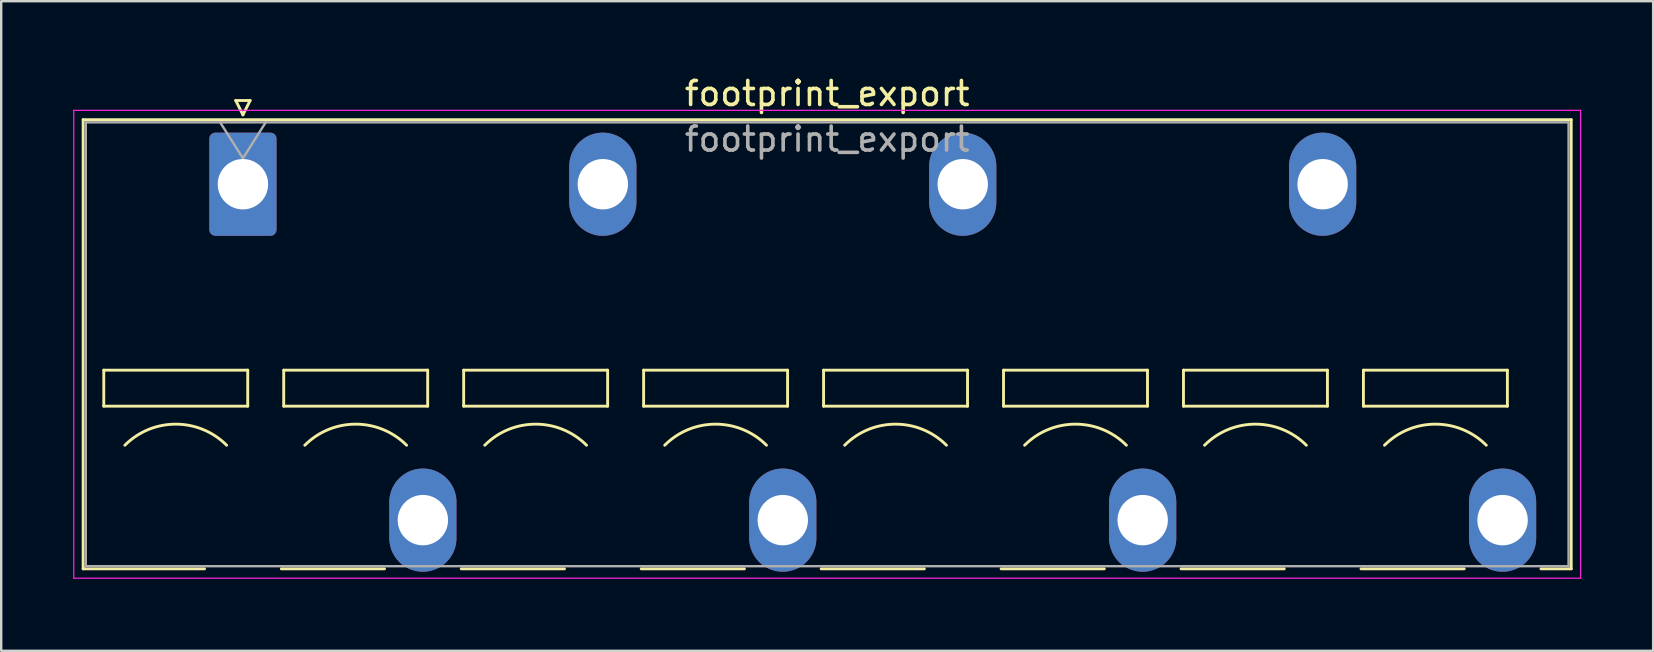
<source format=kicad_pcb>
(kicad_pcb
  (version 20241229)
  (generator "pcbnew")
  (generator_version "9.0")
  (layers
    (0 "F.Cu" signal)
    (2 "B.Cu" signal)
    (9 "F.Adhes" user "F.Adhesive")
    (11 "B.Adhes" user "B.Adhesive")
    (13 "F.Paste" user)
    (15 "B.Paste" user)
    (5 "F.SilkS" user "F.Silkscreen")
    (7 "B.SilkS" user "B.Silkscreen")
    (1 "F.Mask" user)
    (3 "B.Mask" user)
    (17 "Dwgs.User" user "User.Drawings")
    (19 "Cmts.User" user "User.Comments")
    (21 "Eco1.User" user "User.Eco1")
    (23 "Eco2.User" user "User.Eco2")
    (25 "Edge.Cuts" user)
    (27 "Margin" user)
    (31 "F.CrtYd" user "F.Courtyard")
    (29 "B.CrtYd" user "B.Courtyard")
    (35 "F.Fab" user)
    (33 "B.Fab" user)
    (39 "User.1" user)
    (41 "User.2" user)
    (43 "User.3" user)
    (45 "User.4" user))
  (footprint "footprint_export"
    (layer "F.Cu")
    (at 7.075 4.628)
    (property "Reference" "footprint_export" (at 24.35 -3.78 0) (layer "F.SilkS") (effects (font (size 1 1) (thickness 0.15))))
    (attr through_hole)
    (fp_line (start -6.66 -2.69) (end 55.36 -2.69) (stroke (width 0.12) (type solid)) (layer "F.SilkS"))
    (fp_line (start -6.66 16.03) (end -6.66 -2.69) (stroke (width 0.12) (type solid)) (layer "F.SilkS"))
    (fp_line (start -6.66 16.03) (end -1.6 16.03) (stroke (width 0.12) (type solid)) (layer "F.SilkS"))
    (fp_line (start -5.8 7.75) (end -5.8 9.25) (stroke (width 0.12) (type solid)) (layer "F.SilkS"))
    (fp_line (start -5.8 9.25) (end 0.2 9.25) (stroke (width 0.12) (type solid)) (layer "F.SilkS"))
    (fp_line (start -0.3 -3.49) (end 0 -2.89) (stroke (width 0.12) (type solid)) (layer "F.SilkS"))
    (fp_line (start -0.3 -3.49) (end 0.3 -3.49) (stroke (width 0.12) (type solid)) (layer "F.SilkS"))
    (fp_line (start 0.2 7.75) (end -5.8 7.75) (stroke (width 0.12) (type solid)) (layer "F.SilkS"))
    (fp_line (start 0.2 9.25) (end 0.2 7.75) (stroke (width 0.12) (type solid)) (layer "F.SilkS"))
    (fp_line (start 0.3 -3.49) (end 0 -2.89) (stroke (width 0.12) (type solid)) (layer "F.SilkS"))
    (fp_line (start 1.6 16.03) (end 5.9 16.03) (stroke (width 0.12) (type solid)) (layer "F.SilkS"))
    (fp_line (start 1.7 7.75) (end 1.7 9.25) (stroke (width 0.12) (type solid)) (layer "F.SilkS"))
    (fp_line (start 1.7 9.25) (end 7.7 9.25) (stroke (width 0.12) (type solid)) (layer "F.SilkS"))
    (fp_line (start 7.7 7.75) (end 1.7 7.75) (stroke (width 0.12) (type solid)) (layer "F.SilkS"))
    (fp_line (start 7.7 9.25) (end 7.7 7.75) (stroke (width 0.12) (type solid)) (layer "F.SilkS"))
    (fp_line (start 9.1 16.03) (end 13.4 16.03) (stroke (width 0.12) (type solid)) (layer "F.SilkS"))
    (fp_line (start 9.2 7.75) (end 9.2 9.25) (stroke (width 0.12) (type solid)) (layer "F.SilkS"))
    (fp_line (start 9.2 9.25) (end 15.2 9.25) (stroke (width 0.12) (type solid)) (layer "F.SilkS"))
    (fp_line (start 15.2 7.75) (end 9.2 7.75) (stroke (width 0.12) (type solid)) (layer "F.SilkS"))
    (fp_line (start 15.2 9.25) (end 15.2 7.75) (stroke (width 0.12) (type solid)) (layer "F.SilkS"))
    (fp_line (start 16.6 16.03) (end 20.9 16.03) (stroke (width 0.12) (type solid)) (layer "F.SilkS"))
    (fp_line (start 16.7 7.75) (end 16.7 9.25) (stroke (width 0.12) (type solid)) (layer "F.SilkS"))
    (fp_line (start 16.7 9.25) (end 22.7 9.25) (stroke (width 0.12) (type solid)) (layer "F.SilkS"))
    (fp_line (start 22.7 7.75) (end 16.7 7.75) (stroke (width 0.12) (type solid)) (layer "F.SilkS"))
    (fp_line (start 22.7 9.25) (end 22.7 7.75) (stroke (width 0.12) (type solid)) (layer "F.SilkS"))
    (fp_line (start 24.1 16.03) (end 28.4 16.03) (stroke (width 0.12) (type solid)) (layer "F.SilkS"))
    (fp_line (start 24.2 7.75) (end 24.2 9.25) (stroke (width 0.12) (type solid)) (layer "F.SilkS"))
    (fp_line (start 24.2 9.25) (end 30.2 9.25) (stroke (width 0.12) (type solid)) (layer "F.SilkS"))
    (fp_line (start 30.2 7.75) (end 24.2 7.75) (stroke (width 0.12) (type solid)) (layer "F.SilkS"))
    (fp_line (start 30.2 9.25) (end 30.2 7.75) (stroke (width 0.12) (type solid)) (layer "F.SilkS"))
    (fp_line (start 31.6 16.03) (end 35.9 16.03) (stroke (width 0.12) (type solid)) (layer "F.SilkS"))
    (fp_line (start 31.7 7.75) (end 31.7 9.25) (stroke (width 0.12) (type solid)) (layer "F.SilkS"))
    (fp_line (start 31.7 9.25) (end 37.7 9.25) (stroke (width 0.12) (type solid)) (layer "F.SilkS"))
    (fp_line (start 37.7 7.75) (end 31.7 7.75) (stroke (width 0.12) (type solid)) (layer "F.SilkS"))
    (fp_line (start 37.7 9.25) (end 37.7 7.75) (stroke (width 0.12) (type solid)) (layer "F.SilkS"))
    (fp_line (start 39.1 16.03) (end 43.4 16.03) (stroke (width 0.12) (type solid)) (layer "F.SilkS"))
    (fp_line (start 39.2 7.75) (end 39.2 9.25) (stroke (width 0.12) (type solid)) (layer "F.SilkS"))
    (fp_line (start 39.2 9.25) (end 45.2 9.25) (stroke (width 0.12) (type solid)) (layer "F.SilkS"))
    (fp_line (start 45.2 7.75) (end 39.2 7.75) (stroke (width 0.12) (type solid)) (layer "F.SilkS"))
    (fp_line (start 45.2 9.25) (end 45.2 7.75) (stroke (width 0.12) (type solid)) (layer "F.SilkS"))
    (fp_line (start 46.6 16.03) (end 50.9 16.03) (stroke (width 0.12) (type solid)) (layer "F.SilkS"))
    (fp_line (start 46.7 7.75) (end 46.7 9.25) (stroke (width 0.12) (type solid)) (layer "F.SilkS"))
    (fp_line (start 46.7 9.25) (end 52.7 9.25) (stroke (width 0.12) (type solid)) (layer "F.SilkS"))
    (fp_line (start 52.7 7.75) (end 46.7 7.75) (stroke (width 0.12) (type solid)) (layer "F.SilkS"))
    (fp_line (start 52.7 9.25) (end 52.7 7.75) (stroke (width 0.12) (type solid)) (layer "F.SilkS"))
    (fp_line (start 54.1 16.03) (end 55.36 16.03) (stroke (width 0.12) (type solid)) (layer "F.SilkS"))
    (fp_line (start 55.36 -2.69) (end 55.36 16.03) (stroke (width 0.12) (type solid)) (layer "F.SilkS"))
    (fp_arc (start -4.92132 10.87868) (mid -2.8 10) (end -0.67868 10.87868) (stroke (width 0.12) (type solid)) (layer "F.SilkS"))
    (fp_arc (start 2.57868 10.87868) (mid 4.7 10) (end 6.82132 10.87868) (stroke (width 0.12) (type solid)) (layer "F.SilkS"))
    (fp_arc (start 10.07868 10.87868) (mid 12.2 10) (end 14.32132 10.87868) (stroke (width 0.12) (type solid)) (layer "F.SilkS"))
    (fp_arc (start 17.57868 10.87868) (mid 19.7 10) (end 21.82132 10.87868) (stroke (width 0.12) (type solid)) (layer "F.SilkS"))
    (fp_arc (start 25.07868 10.87868) (mid 27.2 10) (end 29.32132 10.87868) (stroke (width 0.12) (type solid)) (layer "F.SilkS"))
    (fp_arc (start 32.57868 10.87868) (mid 34.7 10) (end 36.82132 10.87868) (stroke (width 0.12) (type solid)) (layer "F.SilkS"))
    (fp_arc (start 40.07868 10.87868) (mid 42.2 10) (end 44.32132 10.87868) (stroke (width 0.12) (type solid)) (layer "F.SilkS"))
    (fp_arc (start 47.57868 10.87868) (mid 49.7 10) (end 51.82132 10.87868) (stroke (width 0.12) (type solid)) (layer "F.SilkS"))
    (fp_line (start -7.05 -3.08) (end -7.05 16.42) (stroke (width 0.05) (type solid)) (layer "F.CrtYd"))
    (fp_line (start -7.05 16.42) (end 55.75 16.42) (stroke (width 0.05) (type solid)) (layer "F.CrtYd"))
    (fp_line (start 55.75 -3.08) (end -7.05 -3.08) (stroke (width 0.05) (type solid)) (layer "F.CrtYd"))
    (fp_line (start 55.75 16.42) (end 55.75 -3.08) (stroke (width 0.05) (type solid)) (layer "F.CrtYd"))
    (fp_line (start -6.55 -2.58) (end -6.55 15.92) (stroke (width 0.1) (type solid)) (layer "F.Fab"))
    (fp_line (start -6.55 15.92) (end 55.25 15.92) (stroke (width 0.1) (type solid)) (layer "F.Fab"))
    (fp_line (start -0.95 -2.58) (end 0 -1.08) (stroke (width 0.1) (type solid)) (layer "F.Fab"))
    (fp_line (start 0.95 -2.58) (end 0 -1.08) (stroke (width 0.1) (type solid)) (layer "F.Fab"))
    (fp_line (start 55.25 -2.58) (end -6.55 -2.58) (stroke (width 0.1) (type solid)) (layer "F.Fab"))
    (fp_line (start 55.25 15.92) (end 55.25 -2.58) (stroke (width 0.1) (type solid)) (layer "F.Fab"))
    (fp_text user "${REFERENCE}" (at 24.35 -1.88 0) (layer "F.Fab") (effects (font (size 1 1) (thickness 0.15))))
    (pad "1" thru_hole roundrect (at 0 0) (size 2.8 4.3) (drill 2.1) (layers "*.Cu" "*.Mask") (roundrect_rratio 0.089))
    (pad "2" thru_hole oval (at 7.5 14) (size 2.8 4.3) (drill 2.1) (layers "*.Cu" "*.Mask"))
    (pad "3" thru_hole oval (at 15 0) (size 2.8 4.3) (drill 2.1) (layers "*.Cu" "*.Mask"))
    (pad "4" thru_hole oval (at 22.5 14) (size 2.8 4.3) (drill 2.1) (layers "*.Cu" "*.Mask"))
    (pad "5" thru_hole oval (at 30 0) (size 2.8 4.3) (drill 2.1) (layers "*.Cu" "*.Mask"))
    (pad "6" thru_hole oval (at 37.5 14) (size 2.8 4.3) (drill 2.1) (layers "*.Cu" "*.Mask"))
    (pad "7" thru_hole oval (at 45 0) (size 2.8 4.3) (drill 2.1) (layers "*.Cu" "*.Mask"))
    (pad "8" thru_hole oval (at 52.5 14) (size 2.8 4.3) (drill 2.1) (layers "*.Cu" "*.Mask")))
  (gr_rect
    (start -3 -3)
    (end 65.85 24.073)
    (stroke (width 0.1) (type default))
    (fill no)
    (layer "Edge.Cuts")))
</source>
